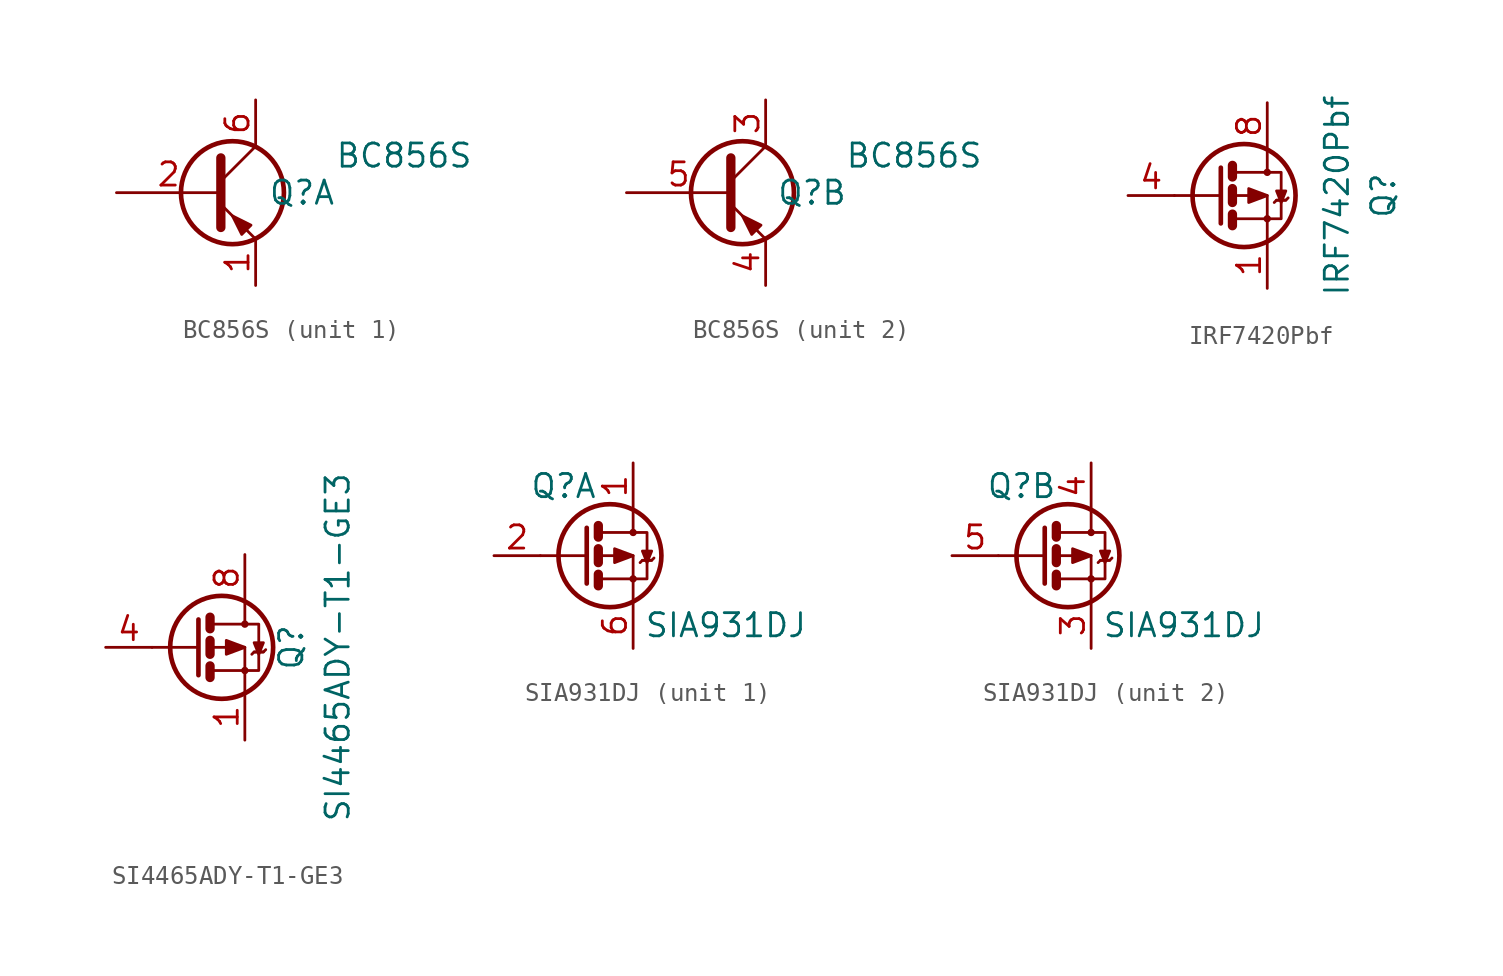
<source format=kicad_sym>
(kicad_symbol_lib
  (version 20231120)
  (generator "kicad_symbol_editor")
  (generator_version "8.0")
  (symbol "BC856S"
    (property "Reference" "Q"
      (at 2.54 0 0)
      (effects (font (size 1.27 1.27))))
    (property "Value" "BC856S"
      (at 8.128 2.032 0)
      (effects (font (size 1.27 1.27))))
    (property "ki_locked" ""
      (at 0 0 0)
      (effects (font (size 1.27 1.27))))
    (symbol "BC856S_0_1"
      (circle (center -1.27 0) (radius 2.819) (stroke (width 0.254) (type default)) (fill (type none)))
      (polyline (pts (xy -1.905 0.635) (xy 0 2.54)) (stroke (width 0) (type default)) (fill (type none)))
      (polyline (pts (xy -1.905 -0.635) (xy 0 -2.54) (xy 0 -2.54)) (stroke (width 0) (type default)) (fill (type none)))
      (polyline (pts (xy -1.905 1.905) (xy -1.905 -1.905) (xy -1.905 -1.905)) (stroke (width 0.508) (type default)) (fill (type none)))
      (polyline (pts (xy -0.254 -1.778) (xy -0.762 -2.286) (xy -1.27 -1.27) (xy -0.254 -1.778) (xy -0.254 -1.778)) (stroke (width 0) (type default)) (fill (type outline))))
    (symbol "BC856S_1_1"
      (pin passive line (at 0 -5.08 90) (length 2.54) (name "~" (effects (font (size 1.27 1.27)))) (number "1" (effects (font (size 1.27 1.27)))))
      (pin input line (at -7.62 0 0) (length 5.715) (name "~" (effects (font (size 1.27 1.27)))) (number "2" (effects (font (size 1.27 1.27)))))
      (pin passive line (at 0 5.08 270) (length 2.54) (name "~" (effects (font (size 1.27 1.27)))) (number "6" (effects (font (size 1.27 1.27))))))
    (symbol "BC856S_2_1"
      (pin passive line (at 0 5.08 270) (length 2.54) (name "~" (effects (font (size 1.27 1.27)))) (number "3" (effects (font (size 1.27 1.27)))))
      (pin passive line (at 0 -5.08 90) (length 2.54) (name "~" (effects (font (size 1.27 1.27)))) (number "4" (effects (font (size 1.27 1.27)))))
      (pin input line (at -7.62 0 0) (length 5.715) (name "~" (effects (font (size 1.27 1.27)))) (number "5" (effects (font (size 1.27 1.27)))))))
  (symbol "IRF7420Pbf"
    (pin_names
      (offset 1.016))
    (property "Reference" "Q"
      (at 7.62 0 90)
      (effects (font (size 1.27 1.27))))
    (property "Value" "IRF7420Pbf"
      (at 5.08 0 90)
      (effects (font (size 1.27 1.27))))
    (symbol "IRF7420Pbf_1_1"
      (polyline (pts (xy -1.27 0) (xy -3.81 0)) (stroke (width 0) (type default)) (fill (type none)))
      (polyline (pts (xy -0.635 -1.016) (xy -0.635 -1.651)) (stroke (width 0.508) (type default)) (fill (type none)))
      (polyline (pts (xy -0.635 0.381) (xy -0.635 -0.381)) (stroke (width 0.508) (type default)) (fill (type none)))
      (polyline (pts (xy -0.635 1.651) (xy -0.635 1.016)) (stroke (width 0.508) (type default)) (fill (type none)))
      (polyline (pts (xy 1.778 -0.254) (xy 2.286 -0.254)) (stroke (width 0) (type default)) (fill (type none)))
      (polyline (pts (xy -1.27 1.524) (xy -1.27 -1.524) (xy -1.27 -1.524)) (stroke (width 0.254) (type default)) (fill (type none)))
      (polyline (pts (xy -0.508 -1.27) (xy 1.27 -1.27) (xy 1.27 -2.54) (xy 1.27 -2.54)) (stroke (width 0) (type default)) (fill (type none)))
      (polyline (pts (xy -0.508 1.27) (xy 1.27 1.27) (xy 1.27 2.54) (xy 1.27 2.54)) (stroke (width 0) (type default)) (fill (type none)))
      (polyline (pts (xy 1.27 0) (xy 0.254 0.381) (xy 0.254 -0.381) (xy 1.27 0)) (stroke (width 0) (type default)) (fill (type outline)))
      (polyline (pts (xy 1.27 1.27) (xy 2.032 1.27) (xy 2.032 -1.27) (xy 1.27 -1.27)) (stroke (width 0) (type default)) (fill (type none)))
      (polyline (pts (xy 1.778 0.254) (xy 2.286 0.254) (xy 2.032 -0.381) (xy 1.778 0.254)) (stroke (width 0) (type default)) (fill (type outline)))
      (polyline (pts (xy 2.413 -0.127) (xy 2.286 -0.254) (xy 1.778 -0.254) (xy 1.651 -0.381)) (stroke (width 0) (type default)) (fill (type none)))
      (polyline (pts (xy -0.508 0) (xy 0 0) (xy 1.27 0) (xy 1.27 -1.27) (xy 1.27 -1.27)) (stroke (width 0) (type default)) (fill (type none)))
      (circle (center 0 0) (radius 2.819) (stroke (width 0.254) (type default)) (fill (type none)))
      (circle (center 1.27 -1.27) (radius 0.127) (stroke (width 0) (type default)) (fill (type none)))
      (circle (center 1.27 1.27) (radius 0.127) (stroke (width 0) (type default)) (fill (type none)))
      (pin passive line (at 1.27 -5.08 90) (length 2.54) (name "~" (effects (font (size 1.27 1.27)))) (number "1" (effects (font (size 1.27 1.27)))))
      (pin passive line (at 1.27 -5.08 90) (length 2.54) hide (name "S1" (effects (font (size 1.27 1.27)))) (number "2" (effects (font (size 1.27 1.27)))))
      (pin passive line (at 1.27 -5.08 90) (length 2.54) hide (name "S1" (effects (font (size 1.27 1.27)))) (number "3" (effects (font (size 1.27 1.27)))))
      (pin input line (at -6.35 0 0) (length 2.54) (name "~" (effects (font (size 1.27 1.27)))) (number "4" (effects (font (size 1.27 1.27)))))
      (pin passive line (at 1.27 5.08 270) (length 2.54) hide (name "D1" (effects (font (size 1.27 1.27)))) (number "5" (effects (font (size 1.27 1.27)))))
      (pin passive line (at 1.27 5.08 270) (length 2.54) hide (name "D1" (effects (font (size 1.27 1.27)))) (number "6" (effects (font (size 1.27 1.27)))))
      (pin passive line (at 1.27 5.08 270) (length 2.54) hide (name "D1" (effects (font (size 1.27 1.27)))) (number "7" (effects (font (size 1.27 1.27)))))
      (pin passive line (at 1.27 5.08 270) (length 2.54) (name "~" (effects (font (size 1.27 1.27)))) (number "8" (effects (font (size 1.27 1.27)))))))
  (symbol "SI4465ADY-T1-GE3"
    (pin_names
      (offset 1.016))
    (property "Reference" "Q"
      (at 2.54 0 90)
      (effects (font (size 1.27 1.27))))
    (property "Value" "SI4465ADY-T1-GE3"
      (at 5.08 0 90)
      (effects (font (size 1.27 1.27))))
    (symbol "SI4465ADY-T1-GE3_1_1"
      (circle (center -1.27 0) (radius 2.819) (stroke (width 0.254) (type default)) (fill (type none)))
      (circle (center 0 -1.27) (radius 0.127) (stroke (width 0) (type default)) (fill (type none)))
      (polyline (pts (xy -2.54 0) (xy -5.08 0)) (stroke (width 0) (type default)) (fill (type none)))
      (polyline (pts (xy -1.905 -1.016) (xy -1.905 -1.651)) (stroke (width 0.508) (type default)) (fill (type none)))
      (polyline (pts (xy -1.905 0.381) (xy -1.905 -0.381)) (stroke (width 0.508) (type default)) (fill (type none)))
      (polyline (pts (xy -1.905 1.651) (xy -1.905 1.016)) (stroke (width 0.508) (type default)) (fill (type none)))
      (polyline (pts (xy 0.508 -0.254) (xy 1.016 -0.254)) (stroke (width 0) (type default)) (fill (type none)))
      (polyline (pts (xy -2.54 1.524) (xy -2.54 -1.524) (xy -2.54 -1.524)) (stroke (width 0.254) (type default)) (fill (type none)))
      (polyline (pts (xy -1.778 -1.27) (xy 0 -1.27) (xy 0 -2.54) (xy 0 -2.54)) (stroke (width 0) (type default)) (fill (type none)))
      (polyline (pts (xy -1.778 1.27) (xy 0 1.27) (xy 0 2.54) (xy 0 2.54)) (stroke (width 0) (type default)) (fill (type none)))
      (polyline (pts (xy 0 0) (xy -1.016 0.381) (xy -1.016 -0.381) (xy 0 0)) (stroke (width 0) (type default)) (fill (type outline)))
      (polyline (pts (xy 0 1.27) (xy 0.762 1.27) (xy 0.762 -1.27) (xy 0 -1.27)) (stroke (width 0) (type default)) (fill (type none)))
      (polyline (pts (xy 0.508 0.254) (xy 1.016 0.254) (xy 0.762 -0.381) (xy 0.508 0.254)) (stroke (width 0) (type default)) (fill (type outline)))
      (polyline (pts (xy 1.143 -0.127) (xy 1.016 -0.254) (xy 0.508 -0.254) (xy 0.381 -0.381)) (stroke (width 0) (type default)) (fill (type none)))
      (polyline (pts (xy -1.778 0) (xy -1.27 0) (xy 0 0) (xy 0 -1.27) (xy 0 -1.27)) (stroke (width 0) (type default)) (fill (type none)))
      (circle (center 0 1.27) (radius 0.127) (stroke (width 0) (type default)) (fill (type none)))
      (pin passive line (at 0 -5.08 90) (length 2.54) (name "~" (effects (font (size 1.27 1.27)))) (number "1" (effects (font (size 1.27 1.27)))))
      (pin passive line (at 0 -5.08 90) (length 2.54) hide (name "S1" (effects (font (size 1.27 1.27)))) (number "2" (effects (font (size 1.27 1.27)))))
      (pin passive line (at 0 -5.08 90) (length 2.54) hide (name "S1" (effects (font (size 1.27 1.27)))) (number "3" (effects (font (size 1.27 1.27)))))
      (pin input line (at -7.62 0 0) (length 2.54) (name "~" (effects (font (size 1.27 1.27)))) (number "4" (effects (font (size 1.27 1.27)))))
      (pin passive line (at 0 5.08 270) (length 2.54) hide (name "D1" (effects (font (size 1.27 1.27)))) (number "5" (effects (font (size 1.27 1.27)))))
      (pin passive line (at 0 5.08 270) (length 2.54) hide (name "D1" (effects (font (size 1.27 1.27)))) (number "6" (effects (font (size 1.27 1.27)))))
      (pin passive line (at 0 5.08 270) (length 2.54) hide (name "D1" (effects (font (size 1.27 1.27)))) (number "7" (effects (font (size 1.27 1.27)))))
      (pin passive line (at 0 5.08 270) (length 2.54) (name "~" (effects (font (size 1.27 1.27)))) (number "8" (effects (font (size 1.27 1.27)))))))
  (symbol "SIA931DJ"
    (property "Reference" "Q"
      (at 3.81 3.81 0)
      (effects (font (size 1.27 1.27))))
    (property "Value" "SIA931DJ"
      (at 12.7 -3.81 0)
      (effects (font (size 1.27 1.27))))
    (symbol "SIA931DJ_1_1"
      (polyline (pts (xy 5.08 0) (xy 2.54 0)) (stroke (width 0) (type default)) (fill (type none)))
      (polyline (pts (xy 5.715 -1.016) (xy 5.715 -1.651)) (stroke (width 0.508) (type default)) (fill (type none)))
      (polyline (pts (xy 5.715 0.381) (xy 5.715 -0.381)) (stroke (width 0.508) (type default)) (fill (type none)))
      (polyline (pts (xy 5.715 1.651) (xy 5.715 1.016)) (stroke (width 0.508) (type default)) (fill (type none)))
      (polyline (pts (xy 8.128 -0.254) (xy 8.636 -0.254)) (stroke (width 0) (type default)) (fill (type none)))
      (polyline (pts (xy 5.08 1.524) (xy 5.08 -1.524) (xy 5.08 -1.524)) (stroke (width 0.254) (type default)) (fill (type none)))
      (polyline (pts (xy 5.842 -1.27) (xy 7.62 -1.27) (xy 7.62 -2.54) (xy 7.62 -2.54)) (stroke (width 0) (type default)) (fill (type none)))
      (polyline (pts (xy 5.842 1.27) (xy 7.62 1.27) (xy 7.62 2.54) (xy 7.62 2.54)) (stroke (width 0) (type default)) (fill (type none)))
      (polyline (pts (xy 7.62 0) (xy 6.604 0.381) (xy 6.604 -0.381) (xy 7.62 0)) (stroke (width 0) (type default)) (fill (type outline)))
      (polyline (pts (xy 7.62 1.27) (xy 8.382 1.27) (xy 8.382 -1.27) (xy 7.62 -1.27)) (stroke (width 0) (type default)) (fill (type none)))
      (polyline (pts (xy 8.128 0.254) (xy 8.636 0.254) (xy 8.382 -0.381) (xy 8.128 0.254)) (stroke (width 0) (type default)) (fill (type outline)))
      (polyline (pts (xy 8.763 -0.127) (xy 8.636 -0.254) (xy 8.128 -0.254) (xy 8.001 -0.381)) (stroke (width 0) (type default)) (fill (type none)))
      (polyline (pts (xy 5.842 0) (xy 6.35 0) (xy 7.62 0) (xy 7.62 -1.27) (xy 7.62 -1.27)) (stroke (width 0) (type default)) (fill (type none)))
      (circle (center 6.35 0) (radius 2.819) (stroke (width 0.254) (type default)) (fill (type none)))
      (circle (center 7.62 -1.27) (radius 0.127) (stroke (width 0) (type default)) (fill (type none)))
      (circle (center 7.62 1.27) (radius 0.127) (stroke (width 0) (type default)) (fill (type none)))
      (pin passive line (at 7.62 5.08 270) (length 2.54) (name "~" (effects (font (size 1.27 1.27)))) (number "1" (effects (font (size 1.27 1.27)))))
      (pin input line (at 0 0 0) (length 2.54) (name "~" (effects (font (size 1.27 1.27)))) (number "2" (effects (font (size 1.27 1.27)))))
      (pin passive line (at 7.62 -5.08 90) (length 2.54) (name "~" (effects (font (size 1.27 1.27)))) (number "6" (effects (font (size 1.27 1.27))))))
    (symbol "SIA931DJ_2_1"
      (polyline (pts (xy 5.08 0) (xy 2.54 0)) (stroke (width 0) (type default)) (fill (type none)))
      (polyline (pts (xy 5.715 -1.016) (xy 5.715 -1.651)) (stroke (width 0.508) (type default)) (fill (type none)))
      (polyline (pts (xy 5.715 0.381) (xy 5.715 -0.381)) (stroke (width 0.508) (type default)) (fill (type none)))
      (polyline (pts (xy 5.715 1.651) (xy 5.715 1.016)) (stroke (width 0.508) (type default)) (fill (type none)))
      (polyline (pts (xy 8.128 -0.254) (xy 8.636 -0.254)) (stroke (width 0) (type default)) (fill (type none)))
      (polyline (pts (xy 5.08 1.524) (xy 5.08 -1.524) (xy 5.08 -1.524)) (stroke (width 0.254) (type default)) (fill (type none)))
      (polyline (pts (xy 5.842 -1.27) (xy 7.62 -1.27) (xy 7.62 -2.54) (xy 7.62 -2.54)) (stroke (width 0) (type default)) (fill (type none)))
      (polyline (pts (xy 5.842 1.27) (xy 7.62 1.27) (xy 7.62 2.54) (xy 7.62 2.54)) (stroke (width 0) (type default)) (fill (type none)))
      (polyline (pts (xy 7.62 0) (xy 6.604 0.381) (xy 6.604 -0.381) (xy 7.62 0)) (stroke (width 0) (type default)) (fill (type outline)))
      (polyline (pts (xy 7.62 1.27) (xy 8.382 1.27) (xy 8.382 -1.27) (xy 7.62 -1.27)) (stroke (width 0) (type default)) (fill (type none)))
      (polyline (pts (xy 8.128 0.254) (xy 8.636 0.254) (xy 8.382 -0.381) (xy 8.128 0.254)) (stroke (width 0) (type default)) (fill (type outline)))
      (polyline (pts (xy 8.763 -0.127) (xy 8.636 -0.254) (xy 8.128 -0.254) (xy 8.001 -0.381)) (stroke (width 0) (type default)) (fill (type none)))
      (polyline (pts (xy 5.842 0) (xy 6.35 0) (xy 7.62 0) (xy 7.62 -1.27) (xy 7.62 -1.27)) (stroke (width 0) (type default)) (fill (type none)))
      (circle (center 6.35 0) (radius 2.819) (stroke (width 0.254) (type default)) (fill (type none)))
      (circle (center 7.62 -1.27) (radius 0.127) (stroke (width 0) (type default)) (fill (type none)))
      (circle (center 7.62 1.27) (radius 0.127) (stroke (width 0) (type default)) (fill (type none)))
      (pin passive line (at 7.62 -5.08 90) (length 2.54) (name "~" (effects (font (size 1.27 1.27)))) (number "3" (effects (font (size 1.27 1.27)))))
      (pin passive line (at 7.62 5.08 270) (length 2.54) (name "~" (effects (font (size 1.27 1.27)))) (number "4" (effects (font (size 1.27 1.27)))))
      (pin input line (at 0 0 0) (length 2.54) (name "~" (effects (font (size 1.27 1.27)))) (number "5" (effects (font (size 1.27 1.27))))))))
</source>
